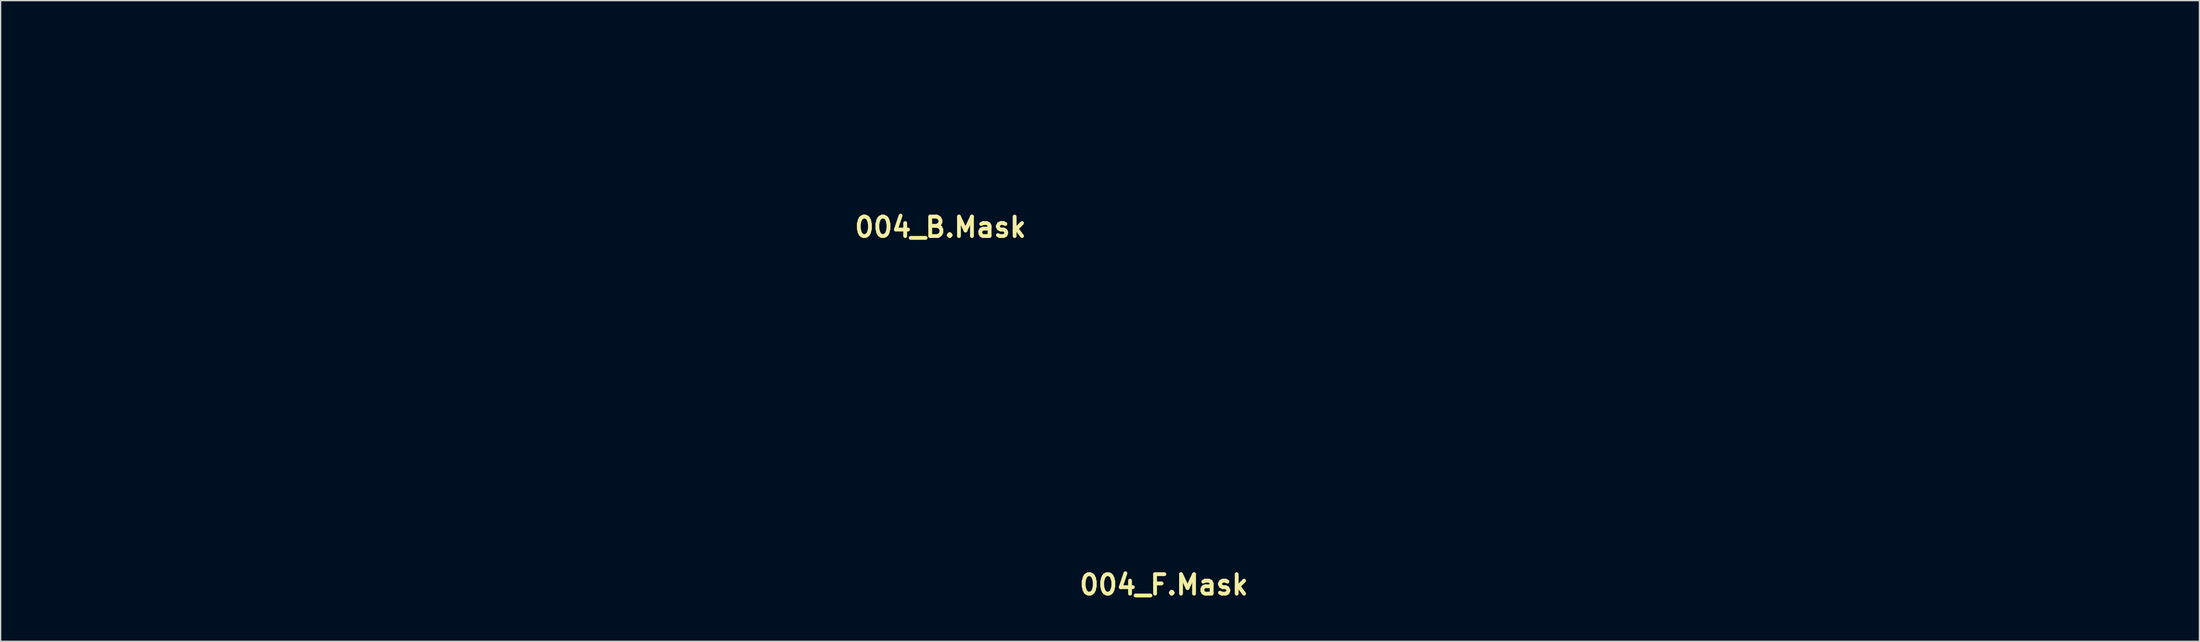
<source format=kicad_pcb>
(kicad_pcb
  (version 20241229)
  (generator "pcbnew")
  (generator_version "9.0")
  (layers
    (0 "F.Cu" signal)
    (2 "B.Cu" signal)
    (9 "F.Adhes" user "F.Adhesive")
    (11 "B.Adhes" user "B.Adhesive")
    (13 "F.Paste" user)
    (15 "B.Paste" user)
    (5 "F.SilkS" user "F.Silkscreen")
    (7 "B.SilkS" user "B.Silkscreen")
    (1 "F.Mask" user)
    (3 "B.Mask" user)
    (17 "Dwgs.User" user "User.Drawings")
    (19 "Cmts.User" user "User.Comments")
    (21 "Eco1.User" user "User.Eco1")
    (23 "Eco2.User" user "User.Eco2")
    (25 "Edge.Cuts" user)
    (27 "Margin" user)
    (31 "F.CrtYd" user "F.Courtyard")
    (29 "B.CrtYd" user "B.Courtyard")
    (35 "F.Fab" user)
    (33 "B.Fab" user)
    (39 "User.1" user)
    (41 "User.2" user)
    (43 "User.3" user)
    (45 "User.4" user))
  (footprint "004_F.Mask"
    (layer "F.Cu")
    (at 88.016 42.729)
    (property "Reference" "004_F.Mask" (at 0 0 0) (layer "F.SilkS") (effects (font (size 1.524 1.524) (thickness 0.3))))
    (attr through_hole)
    (fp_poly (pts (xy 78.02 -6.985) (xy -4.967 -6.985) (xy -7.619 -6.985) (xy -10.251 -6.985) (xy -12.862 -6.985) (xy -15.45 -6.985) (xy -18.015 -6.985) (xy -20.554 -6.986) (xy -23.066 -6.986) (xy -25.551 -6.986) (xy -28.007 -6.986) (xy -30.433 -6.986) (xy -32.827 -6.987) (xy -35.188 -6.987) (xy -37.514 -6.987) (xy -39.806 -6.988) (xy -42.061 -6.988) (xy -44.277 -6.988) (xy -46.455 -6.989) (xy -48.592 -6.989) (xy -50.687 -6.99) (xy -52.739 -6.99) (xy -54.746 -6.991) (xy -56.708 -6.991) (xy -58.623 -6.992) (xy -60.49 -6.992) (xy -62.307 -6.993) (xy -64.073 -6.993) (xy -65.787 -6.994) (xy -67.448 -6.995) (xy -69.055 -6.995) (xy -70.605 -6.996) (xy -72.098 -6.997) (xy -73.533 -6.997) (xy -74.907 -6.998) (xy -76.221 -6.999) (xy -77.473 -7) (xy -78.66 -7) (xy -79.783 -7.001) (xy -80.84 -7.002) (xy -81.83 -7.003) (xy -82.75 -7.003) (xy -83.601 -7.004) (xy -84.38 -7.005) (xy -85.087 -7.006) (xy -85.72 -7.007) (xy -86.277 -7.008) (xy -86.759 -7.008) (xy -87.162 -7.009) (xy -87.487 -7.01) (xy -87.731 -7.011) (xy -87.894 -7.012) (xy -87.974 -7.013) (xy -87.983 -7.013) (xy -87.987 -7.059) (xy -87.991 -7.183) (xy -87.995 -7.38) (xy -87.998 -7.642) (xy -88.001 -7.965) (xy -88.004 -8.342) (xy -88.007 -8.767) (xy -88.009 -9.234) (xy -88.01 -9.736) (xy -88.011 -10.268) (xy -88.011 -10.739) (xy -88.011 -14.436) (xy -63.511 -14.436) (xy -62.486 -14.436) (xy -61.379 -14.436) (xy -60.193 -14.436) (xy -58.929 -14.436) (xy -57.591 -14.436) (xy -56.181 -14.436) (xy -54.701 -14.437) (xy -53.154 -14.437) (xy -51.542 -14.437) (xy -49.868 -14.438) (xy -48.134 -14.438) (xy -46.344 -14.439) (xy -44.498 -14.439) (xy -42.601 -14.44) (xy -40.654 -14.44) (xy -38.66 -14.441) (xy -36.621 -14.441) (xy -34.54 -14.442) (xy -32.42 -14.443) (xy -30.263 -14.444) (xy -28.07 -14.444) (xy -25.846 -14.445) (xy -23.593 -14.446) (xy -21.312 -14.447) (xy -19.006 -14.448) (xy -16.679 -14.448) (xy -14.332 -14.449) (xy -11.968 -14.45) (xy -9.589 -14.451) (xy -7.198 -14.452) (xy -4.798 -14.453) (xy -2.391 -14.454) (xy 0.021 -14.455) (xy 2.435 -14.456) (xy 4.848 -14.457) (xy 7.259 -14.458) (xy 9.664 -14.459) (xy 12.061 -14.46) (xy 14.447 -14.461) (xy 16.821 -14.463) (xy 19.179 -14.464) (xy 19.505 -14.464) (xy 78.02 -14.492) (xy 78.02 -6.985)) (stroke (width 0.01) (type solid)) (fill yes) (layer "F.Mask")))
  (footprint "004_B.Mask"
    (layer "F.Cu")
    (at 70.532 14.737)
    (property "Reference" "004_B.Mask" (at 0 0 0) (layer "F.SilkS") (effects (font (size 1.524 1.524) (thickness 0.3))))
    (attr through_hole)
    (fp_poly (pts (xy 81.619 -8.636) (xy 80.603 -8.636) (xy 80.603 -0.106) (xy 80.603 1.043) (xy 80.604 2.11) (xy 80.605 3.094) (xy 80.606 3.995) (xy 80.608 4.813) (xy 80.61 5.549) (xy 80.613 6.201) (xy 80.616 6.77) (xy 80.62 7.255) (xy 80.624 7.656) (xy 80.628 7.974) (xy 80.633 8.207) (xy 80.638 8.357) (xy 80.643 8.421) (xy 80.645 8.424) (xy 80.66 8.466) (xy 80.671 8.588) (xy 80.68 8.788) (xy 80.685 9.06) (xy 80.687 9.402) (xy 80.687 9.436) (xy 80.687 9.758) (xy 80.685 10.006) (xy 80.68 10.189) (xy 80.673 10.316) (xy 80.662 10.399) (xy 80.647 10.447) (xy 80.627 10.47) (xy 80.62 10.473) (xy 80.56 10.48) (xy 80.428 10.485) (xy 80.238 10.489) (xy 80.001 10.49) (xy 79.731 10.489) (xy 79.573 10.488) (xy 79.497 10.488) (xy 79.339 10.487) (xy 79.098 10.487) (xy 78.777 10.487) (xy 78.377 10.486) (xy 77.899 10.486) (xy 77.344 10.485) (xy 76.715 10.485) (xy 76.011 10.485) (xy 75.236 10.484) (xy 74.39 10.484) (xy 73.474 10.483) (xy 72.489 10.483) (xy 71.439 10.482) (xy 70.322 10.482) (xy 69.142 10.481) (xy 67.899 10.481) (xy 66.595 10.48) (xy 65.23 10.48) (xy 63.808 10.48) (xy 62.328 10.479) (xy 60.792 10.479) (xy 59.202 10.478) (xy 57.559 10.478) (xy 55.864 10.477) (xy 54.119 10.477) (xy 52.325 10.476) (xy 50.483 10.476) (xy 48.595 10.475) (xy 46.663 10.475) (xy 44.687 10.474) (xy 42.669 10.474) (xy 40.61 10.473) (xy 38.512 10.473) (xy 36.376 10.473) (xy 34.204 10.472) (xy 31.997 10.472) (xy 29.755 10.471) (xy 27.481 10.471) (xy 25.177 10.47) (xy 22.842 10.47) (xy 20.479 10.47) (xy 18.09 10.469) (xy 15.675 10.469) (xy 13.235 10.468) (xy 10.773 10.468) (xy 8.289 10.468) (xy 5.786 10.467) (xy 4.117 10.467) (xy -70.358 10.456) (xy -70.358 9.444) (xy -70.356 9.16) (xy -70.352 8.906) (xy -70.346 8.693) (xy -70.337 8.533) (xy -70.328 8.439) (xy -70.32 8.417) (xy -70.316 8.374) (xy -70.312 8.249) (xy -70.307 8.047) (xy -70.303 7.77) (xy -70.298 7.422) (xy -70.294 7.007) (xy -70.289 6.527) (xy -70.284 5.987) (xy -70.28 5.389) (xy -70.275 4.737) (xy -70.271 4.034) (xy -70.267 3.285) (xy -70.263 2.491) (xy -70.259 1.658) (xy -70.255 0.787) (xy -70.251 -0.116) (xy -70.22 -8.636) (xy -68.241 -8.636) (xy -68.241 -6.424) (xy -68.241 -6.115) (xy -68.241 -5.729) (xy -68.24 -5.272) (xy -68.238 -4.751) (xy -68.237 -4.174) (xy -68.235 -3.548) (xy -68.233 -2.88) (xy -68.23 -2.176) (xy -68.228 -1.445) (xy -68.225 -0.692) (xy -68.222 0.074) (xy -68.219 0.848) (xy -68.215 1.621) (xy -68.213 2.106) (xy -68.185 8.424) (xy 78.571 8.424) (xy 78.571 -8.636) (xy -68.241 -8.636) (xy -70.22 -8.636) (xy -70.527 -8.636) (xy -70.527 -11.656) (xy -70.527 -14.676) (xy -17.625 -14.704) (xy -15.378 -14.705) (xy -13.114 -14.706) (xy -10.835 -14.707) (xy -8.544 -14.708) (xy -6.244 -14.71) (xy -3.936 -14.711) (xy -1.625 -14.712) (xy 0.688 -14.713) (xy 3 -14.714) (xy 5.307 -14.715) (xy 7.608 -14.716) (xy 9.9 -14.717) (xy 12.18 -14.718) (xy 14.445 -14.719) (xy 16.692 -14.72) (xy 18.92 -14.721) (xy 21.124 -14.722) (xy 23.304 -14.722) (xy 25.455 -14.723) (xy 27.575 -14.724) (xy 29.662 -14.725) (xy 31.712 -14.726) (xy 33.724 -14.726) (xy 35.694 -14.727) (xy 37.619 -14.728) (xy 39.498 -14.728) (xy 41.327 -14.729) (xy 43.104 -14.729) (xy 44.826 -14.73) (xy 46.49 -14.73) (xy 48.093 -14.73) (xy 49.634 -14.731) (xy 51.109 -14.731) (xy 52.515 -14.731) (xy 53.85 -14.732) (xy 55.111 -14.732) (xy 56.296 -14.732) (xy 57.401 -14.732) (xy 58.425 -14.732) (xy 81.619 -14.732) (xy 81.619 -8.636)) (stroke (width 0.01) (type solid)) (fill yes) (layer "B.Mask")))
  (gr_rect
    (start -3 -3)
    (end 169.041 47.147)
    (stroke (width 0.1) (type default))
    (fill no)
    (layer "Edge.Cuts")))
</source>
